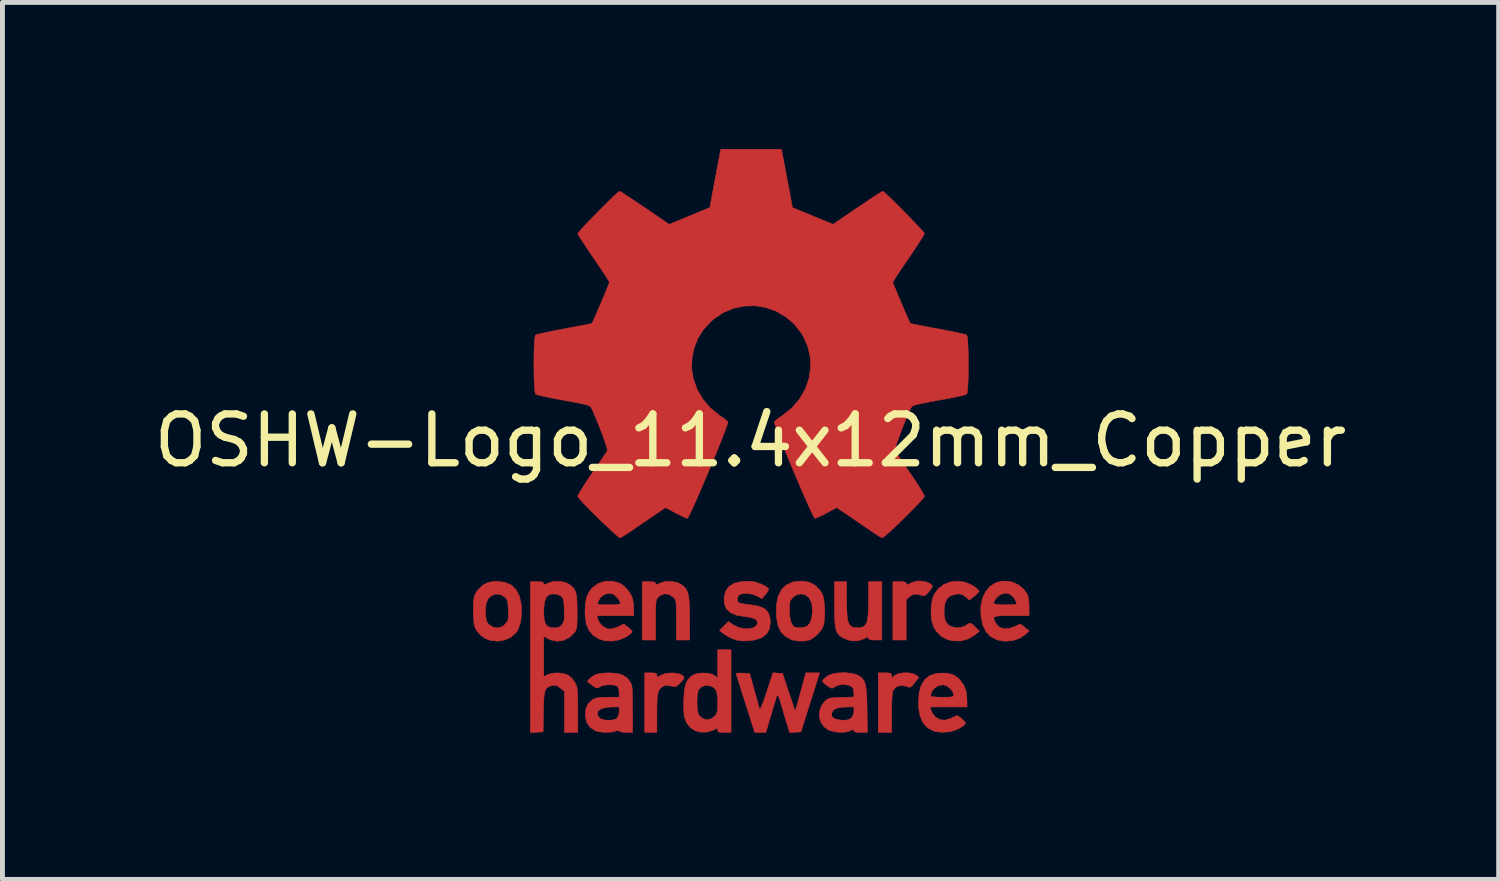
<source format=kicad_pcb>
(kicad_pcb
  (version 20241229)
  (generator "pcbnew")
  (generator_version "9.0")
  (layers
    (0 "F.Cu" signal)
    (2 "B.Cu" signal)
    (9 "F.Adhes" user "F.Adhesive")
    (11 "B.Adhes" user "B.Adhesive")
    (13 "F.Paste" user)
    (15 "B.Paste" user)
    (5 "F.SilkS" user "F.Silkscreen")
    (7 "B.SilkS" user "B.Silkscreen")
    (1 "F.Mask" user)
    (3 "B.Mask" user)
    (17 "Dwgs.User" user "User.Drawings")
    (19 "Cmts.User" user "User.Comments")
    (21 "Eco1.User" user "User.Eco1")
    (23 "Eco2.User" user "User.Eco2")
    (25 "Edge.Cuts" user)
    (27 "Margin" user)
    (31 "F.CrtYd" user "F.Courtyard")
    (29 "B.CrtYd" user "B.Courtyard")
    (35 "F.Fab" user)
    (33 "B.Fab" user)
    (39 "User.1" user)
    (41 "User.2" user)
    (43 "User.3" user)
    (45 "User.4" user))
  (footprint "OSHW-Logo_11.4x12mm_Copper"
    (layer "F.Cu")
    (at 12.315 5.969)
    (property "Reference" "OSHW-Logo_11.4x12mm_Copper" (at 0 0 0) (layer "F.SilkS") (effects (font (size 1 1) (thickness 0.15))))
    (attr exclude_from_pos_files exclude_from_bom)
    (fp_poly (pts (xy 3.564 2.887) (xy 3.649 2.914) (xy 3.704 2.947) (xy 3.722 2.973) (xy 3.717 3.004) (xy 3.685 3.053) (xy 3.658 3.087) (xy 3.602 3.149) (xy 3.56 3.176) (xy 3.524 3.174) (xy 3.418 3.147) (xy 3.34 3.148) (xy 3.277 3.179) (xy 3.256 3.197) (xy 3.187 3.26) (xy 3.187 4.084) (xy 2.914 4.084) (xy 2.914 2.889) (xy 3.05 2.889) (xy 3.133 2.892) (xy 3.175 2.903) (xy 3.187 2.926) (xy 3.187 2.927) (xy 3.193 2.95) (xy 3.22 2.947) (xy 3.256 2.93) (xy 3.331 2.898) (xy 3.392 2.879) (xy 3.471 2.874) (xy 3.564 2.887)) (stroke (width 0.01) (type solid)) (fill yes) (layer "F.Cu"))
    (fp_poly (pts (xy 3.238 4.756) (xy 3.334 4.775) (xy 3.389 4.803) (xy 3.446 4.849) (xy 3.364 4.952) (xy 3.314 5.014) (xy 3.28 5.045) (xy 3.246 5.05) (xy 3.196 5.035) (xy 3.173 5.026) (xy 3.078 5.014) (xy 2.991 5.04) (xy 2.927 5.101) (xy 2.917 5.12) (xy 2.905 5.171) (xy 2.897 5.266) (xy 2.891 5.396) (xy 2.889 5.556) (xy 2.889 5.579) (xy 2.889 5.976) (xy 2.615 5.976) (xy 2.615 4.756) (xy 2.752 4.756) (xy 2.831 4.758) (xy 2.872 4.768) (xy 2.887 4.788) (xy 2.889 4.808) (xy 2.889 4.859) (xy 2.954 4.808) (xy 3.029 4.773) (xy 3.131 4.755) (xy 3.238 4.756)) (stroke (width 0.01) (type solid)) (fill yes) (layer "F.Cu"))
    (fp_poly (pts (xy -1.967 4.759) (xy -1.93 4.77) (xy -1.918 4.795) (xy -1.917 4.806) (xy -1.915 4.837) (xy -1.9 4.841) (xy -1.86 4.82) (xy -1.837 4.806) (xy -1.761 4.775) (xy -1.672 4.76) (xy -1.577 4.758) (xy -1.489 4.77) (xy -1.417 4.792) (xy -1.372 4.824) (xy -1.363 4.865) (xy -1.367 4.875) (xy -1.4 4.921) (xy -1.452 4.976) (xy -1.461 4.985) (xy -1.51 5.026) (xy -1.552 5.04) (xy -1.611 5.03) (xy -1.635 5.024) (xy -1.708 5.009) (xy -1.76 5.016) (xy -1.804 5.039) (xy -1.844 5.071) (xy -1.874 5.111) (xy -1.894 5.166) (xy -1.907 5.245) (xy -1.914 5.355) (xy -1.917 5.503) (xy -1.917 5.592) (xy -1.917 5.976) (xy -2.166 5.976) (xy -2.166 4.756) (xy -2.042 4.756) (xy -1.967 4.759)) (stroke (width 0.01) (type solid)) (fill yes) (layer "F.Cu"))
    (fp_poly (pts (xy 1.967 3.276) (xy 1.97 3.459) (xy 1.978 3.598) (xy 1.995 3.698) (xy 2.023 3.766) (xy 2.065 3.808) (xy 2.121 3.828) (xy 2.191 3.833) (xy 2.265 3.827) (xy 2.321 3.806) (xy 2.361 3.763) (xy 2.389 3.694) (xy 2.405 3.591) (xy 2.413 3.451) (xy 2.415 3.276) (xy 2.415 2.889) (xy 2.689 2.889) (xy 2.689 4.084) (xy 2.552 4.084) (xy 2.47 4.081) (xy 2.427 4.069) (xy 2.415 4.047) (xy 2.408 4.027) (xy 2.38 4.031) (xy 2.322 4.059) (xy 2.191 4.102) (xy 2.051 4.099) (xy 1.918 4.052) (xy 1.854 4.015) (xy 1.806 3.975) (xy 1.77 3.924) (xy 1.746 3.857) (xy 1.73 3.765) (xy 1.722 3.642) (xy 1.719 3.481) (xy 1.718 3.356) (xy 1.718 2.889) (xy 1.967 2.889) (xy 1.967 3.276)) (stroke (width 0.01) (type solid)) (fill yes) (layer "F.Cu"))
    (fp_poly (pts (xy -1.493 2.909) (xy -1.431 2.939) (xy -1.371 2.982) (xy -1.326 3.031) (xy -1.292 3.094) (xy -1.269 3.177) (xy -1.255 3.288) (xy -1.248 3.434) (xy -1.246 3.622) (xy -1.246 3.642) (xy -1.245 4.084) (xy -1.519 4.084) (xy -1.519 3.676) (xy -1.519 3.525) (xy -1.521 3.416) (xy -1.524 3.34) (xy -1.531 3.289) (xy -1.543 3.255) (xy -1.56 3.229) (xy -1.585 3.203) (xy -1.67 3.149) (xy -1.762 3.138) (xy -1.851 3.173) (xy -1.881 3.199) (xy -1.904 3.223) (xy -1.92 3.249) (xy -1.931 3.285) (xy -1.937 3.339) (xy -1.941 3.418) (xy -1.942 3.533) (xy -1.942 3.672) (xy -1.942 4.084) (xy -2.216 4.084) (xy -2.216 2.889) (xy -2.079 2.889) (xy -1.997 2.892) (xy -1.955 2.903) (xy -1.942 2.926) (xy -1.942 2.927) (xy -1.937 2.949) (xy -1.911 2.946) (xy -1.861 2.922) (xy -1.748 2.886) (xy -1.618 2.882) (xy -1.493 2.909)) (stroke (width 0.01) (type solid)) (fill yes) (layer "F.Cu"))
    (fp_poly (pts (xy 4.391 2.899) (xy 4.535 2.96) (xy 4.581 2.99) (xy 4.639 3.036) (xy 4.675 3.072) (xy 4.682 3.084) (xy 4.664 3.11) (xy 4.618 3.154) (xy 4.581 3.185) (xy 4.481 3.266) (xy 4.402 3.199) (xy 4.341 3.156) (xy 4.281 3.141) (xy 4.213 3.145) (xy 4.104 3.172) (xy 4.03 3.228) (xy 3.985 3.318) (xy 3.964 3.448) (xy 3.964 3.449) (xy 3.966 3.594) (xy 3.993 3.701) (xy 4.049 3.774) (xy 4.086 3.799) (xy 4.186 3.829) (xy 4.293 3.829) (xy 4.386 3.8) (xy 4.408 3.785) (xy 4.463 3.748) (xy 4.506 3.742) (xy 4.552 3.769) (xy 4.604 3.819) (xy 4.685 3.903) (xy 4.595 3.978) (xy 4.455 4.062) (xy 4.298 4.103) (xy 4.134 4.1) (xy 4.026 4.072) (xy 3.899 4.005) (xy 3.798 3.898) (xy 3.753 3.822) (xy 3.715 3.714) (xy 3.697 3.577) (xy 3.697 3.429) (xy 3.715 3.286) (xy 3.751 3.167) (xy 3.757 3.155) (xy 3.842 3.035) (xy 3.957 2.947) (xy 4.093 2.894) (xy 4.24 2.878) (xy 4.391 2.899)) (stroke (width 0.01) (type solid)) (fill yes) (layer "F.Cu"))
    (fp_poly (pts (xy 1.21 2.903) (xy 1.336 2.972) (xy 1.434 3.08) (xy 1.48 3.168) (xy 1.5 3.246) (xy 1.513 3.357) (xy 1.519 3.485) (xy 1.517 3.613) (xy 1.506 3.726) (xy 1.494 3.786) (xy 1.454 3.868) (xy 1.383 3.956) (xy 1.298 4.032) (xy 1.214 4.082) (xy 1.212 4.082) (xy 1.108 4.104) (xy 0.985 4.105) (xy 0.867 4.085) (xy 0.822 4.069) (xy 0.705 4.003) (xy 0.622 3.916) (xy 0.567 3.801) (xy 0.536 3.651) (xy 0.529 3.572) (xy 0.53 3.473) (xy 0.797 3.473) (xy 0.806 3.618) (xy 0.832 3.728) (xy 0.873 3.798) (xy 0.902 3.818) (xy 0.977 3.832) (xy 1.066 3.828) (xy 1.144 3.808) (xy 1.164 3.797) (xy 1.217 3.732) (xy 1.252 3.633) (xy 1.267 3.513) (xy 1.26 3.383) (xy 1.244 3.306) (xy 1.197 3.216) (xy 1.123 3.16) (xy 1.033 3.14) (xy 0.941 3.16) (xy 0.87 3.21) (xy 0.832 3.252) (xy 0.811 3.292) (xy 0.8 3.347) (xy 0.797 3.432) (xy 0.797 3.473) (xy 0.53 3.473) (xy 0.531 3.362) (xy 0.565 3.189) (xy 0.632 3.055) (xy 0.731 2.958) (xy 0.862 2.899) (xy 0.89 2.892) (xy 1.06 2.876) (xy 1.21 2.903)) (stroke (width 0.01) (type solid)) (fill yes) (layer "F.Cu"))
    (fp_poly (pts (xy 0.558 4.761) (xy 0.656 4.769) (xy 0.785 5.155) (xy 0.914 5.541) (xy 0.954 5.404) (xy 0.978 5.319) (xy 1.01 5.205) (xy 1.045 5.079) (xy 1.063 5.012) (xy 1.132 4.756) (xy 1.415 4.756) (xy 1.33 5.024) (xy 1.288 5.156) (xy 1.238 5.314) (xy 1.185 5.48) (xy 1.139 5.628) (xy 1.032 5.964) (xy 0.801 5.979) (xy 0.738 5.772) (xy 0.699 5.644) (xy 0.657 5.502) (xy 0.62 5.377) (xy 0.619 5.372) (xy 0.592 5.288) (xy 0.567 5.23) (xy 0.55 5.208) (xy 0.547 5.21) (xy 0.534 5.244) (xy 0.511 5.317) (xy 0.48 5.419) (xy 0.443 5.542) (xy 0.423 5.609) (xy 0.315 5.976) (xy 0.086 5.976) (xy -0.098 5.397) (xy -0.149 5.235) (xy -0.196 5.088) (xy -0.236 4.962) (xy -0.267 4.865) (xy -0.287 4.804) (xy -0.293 4.786) (xy -0.288 4.768) (xy -0.251 4.76) (xy -0.173 4.761) (xy -0.16 4.761) (xy -0.016 4.769) (xy 0.079 5.117) (xy 0.114 5.244) (xy 0.145 5.356) (xy 0.17 5.443) (xy 0.185 5.495) (xy 0.188 5.503) (xy 0.2 5.494) (xy 0.224 5.443) (xy 0.257 5.359) (xy 0.297 5.248) (xy 0.331 5.147) (xy 0.459 4.754) (xy 0.558 4.761)) (stroke (width 0.01) (type solid)) (fill yes) (layer "F.Cu"))
    (fp_poly (pts (xy -5.027 2.902) (xy -4.896 2.959) (xy -4.798 3.055) (xy -4.73 3.19) (xy -4.693 3.364) (xy -4.691 3.391) (xy -4.689 3.582) (xy -4.715 3.75) (xy -4.769 3.886) (xy -4.798 3.93) (xy -4.898 4.022) (xy -5.025 4.082) (xy -5.168 4.107) (xy -5.314 4.094) (xy -5.424 4.055) (xy -5.52 3.99) (xy -5.597 3.904) (xy -5.599 3.902) (xy -5.63 3.849) (xy -5.651 3.795) (xy -5.663 3.728) (xy -5.671 3.633) (xy -5.674 3.555) (xy -5.675 3.484) (xy -5.426 3.484) (xy -5.424 3.554) (xy -5.415 3.648) (xy -5.399 3.708) (xy -5.371 3.751) (xy -5.345 3.776) (xy -5.252 3.828) (xy -5.154 3.835) (xy -5.063 3.798) (xy -5.018 3.755) (xy -4.985 3.713) (xy -4.966 3.672) (xy -4.957 3.619) (xy -4.957 3.54) (xy -4.959 3.467) (xy -4.965 3.363) (xy -4.974 3.295) (xy -4.99 3.251) (xy -5.017 3.217) (xy -5.038 3.198) (xy -5.127 3.147) (xy -5.223 3.145) (xy -5.303 3.175) (xy -5.372 3.237) (xy -5.413 3.34) (xy -5.426 3.484) (xy -5.675 3.484) (xy -5.677 3.4) (xy -5.672 3.284) (xy -5.657 3.196) (xy -5.63 3.128) (xy -5.588 3.067) (xy -5.573 3.049) (xy -5.478 2.959) (xy -5.375 2.906) (xy -5.25 2.884) (xy -5.189 2.882) (xy -5.027 2.902)) (stroke (width 0.01) (type solid)) (fill yes) (layer "F.Cu"))
    (fp_poly (pts (xy -0.398 5.976) (xy -0.535 5.976) (xy -0.615 5.974) (xy -0.656 5.964) (xy -0.671 5.944) (xy -0.672 5.929) (xy -0.675 5.901) (xy -0.691 5.895) (xy -0.732 5.913) (xy -0.765 5.929) (xy -0.889 5.968) (xy -1.024 5.97) (xy -1.134 5.941) (xy -1.237 5.872) (xy -1.315 5.769) (xy -1.357 5.647) (xy -1.358 5.64) (xy -1.365 5.566) (xy -1.368 5.46) (xy -1.368 5.379) (xy -1.096 5.379) (xy -1.089 5.486) (xy -1.075 5.574) (xy -1.056 5.624) (xy -0.982 5.692) (xy -0.895 5.717) (xy -0.805 5.697) (xy -0.728 5.638) (xy -0.699 5.598) (xy -0.682 5.551) (xy -0.674 5.482) (xy -0.672 5.379) (xy -0.676 5.276) (xy -0.685 5.186) (xy -0.698 5.126) (xy -0.7 5.12) (xy -0.754 5.056) (xy -0.831 5.021) (xy -0.918 5.015) (xy -0.998 5.039) (xy -1.058 5.095) (xy -1.064 5.106) (xy -1.083 5.173) (xy -1.094 5.269) (xy -1.096 5.379) (xy -1.368 5.379) (xy -1.368 5.338) (xy -1.366 5.273) (xy -1.354 5.111) (xy -1.328 4.99) (xy -1.286 4.9) (xy -1.224 4.834) (xy -1.163 4.795) (xy -1.078 4.767) (xy -0.972 4.758) (xy -0.864 4.765) (xy -0.772 4.789) (xy -0.723 4.818) (xy -0.672 4.864) (xy -0.672 4.283) (xy -0.398 4.283) (xy -0.398 5.976)) (stroke (width 0.01) (type solid)) (fill yes) (layer "F.Cu"))
    (fp_poly (pts (xy 5.303 2.884) (xy 5.367 2.9) (xy 5.489 2.957) (xy 5.594 3.043) (xy 5.666 3.147) (xy 5.676 3.17) (xy 5.69 3.231) (xy 5.699 3.322) (xy 5.703 3.413) (xy 5.703 3.586) (xy 5.341 3.586) (xy 5.193 3.586) (xy 5.088 3.59) (xy 5.021 3.599) (xy 4.987 3.616) (xy 4.979 3.643) (xy 4.992 3.684) (xy 5.016 3.732) (xy 5.082 3.811) (xy 5.174 3.851) (xy 5.286 3.85) (xy 5.412 3.807) (xy 5.522 3.753) (xy 5.613 3.825) (xy 5.704 3.897) (xy 5.619 3.976) (xy 5.504 4.051) (xy 5.364 4.096) (xy 5.212 4.109) (xy 5.066 4.086) (xy 5.043 4.078) (xy 4.914 4.011) (xy 4.819 3.911) (xy 4.754 3.775) (xy 4.718 3.6) (xy 4.718 3.597) (xy 4.714 3.406) (xy 4.727 3.338) (xy 4.98 3.338) (xy 5.004 3.348) (xy 5.067 3.357) (xy 5.16 3.361) (xy 5.219 3.362) (xy 5.329 3.361) (xy 5.397 3.359) (xy 5.433 3.351) (xy 5.446 3.337) (xy 5.443 3.315) (xy 5.44 3.306) (xy 5.395 3.223) (xy 5.325 3.156) (xy 5.263 3.127) (xy 5.181 3.128) (xy 5.098 3.165) (xy 5.028 3.226) (xy 4.986 3.299) (xy 4.98 3.338) (xy 4.727 3.338) (xy 4.746 3.238) (xy 4.81 3.098) (xy 4.901 2.988) (xy 5.016 2.913) (xy 5.151 2.877) (xy 5.303 2.884)) (stroke (width 0.01) (type solid)) (fill yes) (layer "F.Cu"))
    (fp_poly (pts (xy 0.028 2.884) (xy 0.122 2.902) (xy 0.22 2.94) (xy 0.23 2.944) (xy 0.305 2.983) (xy 0.356 3.02) (xy 0.373 3.043) (xy 0.357 3.081) (xy 0.318 3.137) (xy 0.301 3.158) (xy 0.231 3.24) (xy 0.14 3.186) (xy 0.054 3.151) (xy -0.045 3.132) (xy -0.141 3.13) (xy -0.215 3.148) (xy -0.233 3.159) (xy -0.266 3.211) (xy -0.271 3.27) (xy -0.245 3.316) (xy -0.23 3.324) (xy -0.186 3.336) (xy -0.107 3.349) (xy -0.01 3.361) (xy 0.008 3.363) (xy 0.164 3.39) (xy 0.278 3.436) (xy 0.353 3.505) (xy 0.394 3.601) (xy 0.407 3.719) (xy 0.389 3.852) (xy 0.331 3.957) (xy 0.232 4.034) (xy 0.093 4.082) (xy -0.062 4.101) (xy -0.189 4.101) (xy -0.291 4.083) (xy -0.361 4.059) (xy -0.45 4.018) (xy -0.531 3.97) (xy -0.56 3.949) (xy -0.635 3.888) (xy -0.545 3.797) (xy -0.455 3.705) (xy -0.352 3.773) (xy -0.25 3.824) (xy -0.14 3.851) (xy -0.034 3.853) (xy 0.056 3.833) (xy 0.119 3.789) (xy 0.139 3.753) (xy 0.136 3.694) (xy 0.085 3.649) (xy -0.013 3.618) (xy -0.121 3.604) (xy -0.287 3.576) (xy -0.41 3.525) (xy -0.492 3.447) (xy -0.535 3.343) (xy -0.541 3.218) (xy -0.512 3.089) (xy -0.445 2.991) (xy -0.34 2.924) (xy -0.196 2.888) (xy -0.089 2.881) (xy 0.028 2.884)) (stroke (width 0.01) (type solid)) (fill yes) (layer "F.Cu"))
    (fp_poly (pts (xy 4.025 4.763) (xy 4.144 4.794) (xy 4.244 4.858) (xy 4.292 4.905) (xy 4.371 5.018) (xy 4.417 5.149) (xy 4.432 5.31) (xy 4.432 5.323) (xy 4.433 5.454) (xy 3.68 5.454) (xy 3.696 5.522) (xy 3.725 5.584) (xy 3.776 5.649) (xy 3.786 5.659) (xy 3.877 5.715) (xy 3.981 5.724) (xy 4.101 5.688) (xy 4.121 5.678) (xy 4.183 5.648) (xy 4.225 5.63) (xy 4.232 5.629) (xy 4.258 5.644) (xy 4.306 5.682) (xy 4.331 5.702) (xy 4.382 5.75) (xy 4.398 5.781) (xy 4.387 5.81) (xy 4.38 5.817) (xy 4.338 5.852) (xy 4.269 5.894) (xy 4.221 5.918) (xy 4.084 5.961) (xy 3.932 5.975) (xy 3.788 5.958) (xy 3.748 5.946) (xy 3.623 5.88) (xy 3.531 5.777) (xy 3.47 5.637) (xy 3.44 5.459) (xy 3.437 5.366) (xy 3.447 5.231) (xy 3.685 5.231) (xy 3.709 5.241) (xy 3.771 5.249) (xy 3.861 5.254) (xy 3.922 5.254) (xy 4.032 5.254) (xy 4.101 5.25) (xy 4.14 5.242) (xy 4.156 5.227) (xy 4.159 5.205) (xy 4.137 5.138) (xy 4.084 5.072) (xy 4.013 5.021) (xy 3.942 5) (xy 3.846 5.018) (xy 3.763 5.072) (xy 3.705 5.149) (xy 3.685 5.231) (xy 3.447 5.231) (xy 3.451 5.169) (xy 3.494 5.012) (xy 3.566 4.894) (xy 3.668 4.813) (xy 3.802 4.769) (xy 3.875 4.761) (xy 4.025 4.763)) (stroke (width 0.01) (type solid)) (fill yes) (layer "F.Cu"))
    (fp_poly (pts (xy -2.687 2.916) (xy -2.662 2.928) (xy -2.576 2.991) (xy -2.495 3.083) (xy -2.434 3.184) (xy -2.417 3.23) (xy -2.401 3.313) (xy -2.392 3.414) (xy -2.391 3.455) (xy -2.391 3.586) (xy -3.143 3.586) (xy -3.127 3.654) (xy -3.088 3.735) (xy -3.019 3.805) (xy -2.937 3.85) (xy -2.885 3.86) (xy -2.814 3.848) (xy -2.73 3.82) (xy -2.701 3.807) (xy -2.595 3.754) (xy -2.504 3.823) (xy -2.452 3.87) (xy -2.424 3.908) (xy -2.423 3.919) (xy -2.448 3.947) (xy -2.502 3.989) (xy -2.551 4.021) (xy -2.685 4.079) (xy -2.834 4.106) (xy -2.982 4.099) (xy -3.1 4.063) (xy -3.222 3.986) (xy -3.308 3.885) (xy -3.363 3.754) (xy -3.387 3.587) (xy -3.389 3.511) (xy -3.381 3.337) (xy -3.38 3.332) (xy -3.13 3.332) (xy -3.123 3.348) (xy -3.095 3.357) (xy -3.037 3.361) (xy -2.94 3.362) (xy -2.903 3.362) (xy -2.789 3.36) (xy -2.717 3.356) (xy -2.679 3.346) (xy -2.665 3.33) (xy -2.665 3.325) (xy -2.68 3.284) (xy -2.719 3.228) (xy -2.736 3.208) (xy -2.798 3.152) (xy -2.864 3.13) (xy -2.899 3.128) (xy -2.993 3.151) (xy -3.073 3.213) (xy -3.123 3.303) (xy -3.124 3.306) (xy -3.13 3.332) (xy -3.38 3.332) (xy -3.352 3.199) (xy -3.299 3.089) (xy -3.236 3.011) (xy -3.118 2.927) (xy -2.979 2.882) (xy -2.831 2.878) (xy -2.687 2.916)) (stroke (width 0.01) (type solid)) (fill yes) (layer "F.Cu"))
    (fp_poly (pts (xy 2.056 4.764) (xy 2.161 4.789) (xy 2.192 4.803) (xy 2.251 4.838) (xy 2.296 4.878) (xy 2.329 4.929) (xy 2.353 4.999) (xy 2.368 5.093) (xy 2.378 5.22) (xy 2.384 5.386) (xy 2.386 5.497) (xy 2.394 5.976) (xy 2.256 5.976) (xy 2.171 5.973) (xy 2.128 5.961) (xy 2.117 5.941) (xy 2.111 5.919) (xy 2.084 5.923) (xy 2.048 5.94) (xy 1.958 5.967) (xy 1.842 5.975) (xy 1.72 5.963) (xy 1.611 5.932) (xy 1.602 5.928) (xy 1.503 5.859) (xy 1.437 5.762) (xy 1.407 5.649) (xy 1.41 5.608) (xy 1.655 5.608) (xy 1.676 5.663) (xy 1.74 5.702) (xy 1.844 5.723) (xy 1.899 5.726) (xy 1.991 5.719) (xy 2.052 5.691) (xy 2.067 5.678) (xy 2.107 5.606) (xy 2.117 5.541) (xy 2.117 5.454) (xy 1.995 5.454) (xy 1.854 5.461) (xy 1.755 5.483) (xy 1.693 5.523) (xy 1.679 5.541) (xy 1.655 5.608) (xy 1.41 5.608) (xy 1.414 5.53) (xy 1.459 5.417) (xy 1.52 5.34) (xy 1.557 5.307) (xy 1.594 5.285) (xy 1.641 5.272) (xy 1.711 5.265) (xy 1.815 5.26) (xy 1.857 5.258) (xy 2.117 5.25) (xy 2.116 5.171) (xy 2.106 5.088) (xy 2.07 5.038) (xy 1.996 5.006) (xy 1.994 5.006) (xy 1.89 4.993) (xy 1.788 5.01) (xy 1.712 5.05) (xy 1.682 5.069) (xy 1.649 5.067) (xy 1.599 5.038) (xy 1.569 5.018) (xy 1.511 4.975) (xy 1.475 4.943) (xy 1.47 4.933) (xy 1.493 4.886) (xy 1.563 4.829) (xy 1.594 4.809) (xy 1.681 4.776) (xy 1.799 4.757) (xy 1.93 4.753) (xy 2.056 4.764)) (stroke (width 0.01) (type solid)) (fill yes) (layer "F.Cu"))
    (fp_poly (pts (xy -2.741 4.766) (xy -2.624 4.797) (xy -2.535 4.854) (xy -2.472 4.928) (xy -2.452 4.96) (xy -2.438 4.993) (xy -2.428 5.035) (xy -2.421 5.095) (xy -2.418 5.179) (xy -2.416 5.296) (xy -2.416 5.453) (xy -2.415 5.495) (xy -2.415 5.976) (xy -2.535 5.976) (xy -2.611 5.971) (xy -2.668 5.958) (xy -2.682 5.949) (xy -2.72 5.935) (xy -2.76 5.949) (xy -2.825 5.967) (xy -2.919 5.974) (xy -3.024 5.971) (xy -3.119 5.958) (xy -3.175 5.941) (xy -3.283 5.872) (xy -3.35 5.776) (xy -3.381 5.648) (xy -3.381 5.645) (xy -3.378 5.588) (xy -3.138 5.588) (xy -3.117 5.652) (xy -3.082 5.689) (xy -3.013 5.716) (xy -2.923 5.727) (xy -2.83 5.722) (xy -2.756 5.7) (xy -2.735 5.686) (xy -2.699 5.622) (xy -2.689 5.549) (xy -2.689 5.454) (xy -2.827 5.454) (xy -2.958 5.464) (xy -3.057 5.492) (xy -3.119 5.537) (xy -3.138 5.588) (xy -3.378 5.588) (xy -3.375 5.505) (xy -3.328 5.394) (xy -3.242 5.311) (xy -3.23 5.303) (xy -3.178 5.278) (xy -3.115 5.263) (xy -3.026 5.256) (xy -2.92 5.254) (xy -2.689 5.254) (xy -2.689 5.158) (xy -2.699 5.083) (xy -2.724 5.033) (xy -2.727 5.03) (xy -2.783 5.008) (xy -2.866 5) (xy -2.959 5.004) (xy -3.041 5.02) (xy -3.089 5.044) (xy -3.116 5.063) (xy -3.143 5.067) (xy -3.182 5.051) (xy -3.24 5.012) (xy -3.327 4.945) (xy -3.335 4.939) (xy -3.331 4.916) (xy -3.296 4.877) (xy -3.245 4.835) (xy -3.188 4.799) (xy -3.17 4.79) (xy -3.104 4.773) (xy -3.008 4.761) (xy -2.901 4.756) (xy -2.896 4.756) (xy -2.741 4.766)) (stroke (width 0.01) (type solid)) (fill yes) (layer "F.Cu"))
    (fp_poly (pts (xy -3.78 2.91) (xy -3.728 2.935) (xy -3.663 2.981) (xy -3.616 3.03) (xy -3.583 3.092) (xy -3.563 3.175) (xy -3.553 3.288) (xy -3.549 3.438) (xy -3.549 3.503) (xy -3.549 3.645) (xy -3.552 3.747) (xy -3.558 3.817) (xy -3.568 3.865) (xy -3.584 3.901) (xy -3.6 3.925) (xy -3.704 4.028) (xy -3.826 4.09) (xy -3.958 4.109) (xy -4.091 4.082) (xy -4.133 4.062) (xy -4.233 4.01) (xy -4.233 4.832) (xy -4.16 4.794) (xy -4.063 4.765) (xy -3.944 4.757) (xy -3.825 4.771) (xy -3.736 4.802) (xy -3.661 4.862) (xy -3.598 4.947) (xy -3.593 4.956) (xy -3.573 4.997) (xy -3.558 5.038) (xy -3.548 5.089) (xy -3.541 5.156) (xy -3.538 5.249) (xy -3.536 5.377) (xy -3.536 5.52) (xy -3.536 5.976) (xy -3.81 5.976) (xy -3.81 5.134) (xy -3.887 5.07) (xy -3.966 5.018) (xy -4.042 5.009) (xy -4.117 5.033) (xy -4.158 5.057) (xy -4.188 5.09) (xy -4.209 5.141) (xy -4.224 5.216) (xy -4.233 5.323) (xy -4.238 5.469) (xy -4.24 5.566) (xy -4.246 5.964) (xy -4.377 5.972) (xy -4.507 5.979) (xy -4.507 3.507) (xy -4.233 3.507) (xy -4.226 3.644) (xy -4.203 3.74) (xy -4.159 3.8) (xy -4.091 3.829) (xy -4.022 3.835) (xy -3.944 3.828) (xy -3.892 3.802) (xy -3.859 3.766) (xy -3.834 3.729) (xy -3.819 3.687) (xy -3.812 3.628) (xy -3.812 3.539) (xy -3.814 3.465) (xy -3.819 3.354) (xy -3.827 3.281) (xy -3.84 3.234) (xy -3.861 3.203) (xy -3.881 3.185) (xy -3.965 3.146) (xy -4.063 3.14) (xy -4.12 3.153) (xy -4.176 3.201) (xy -4.214 3.295) (xy -4.232 3.433) (xy -4.233 3.507) (xy -4.507 3.507) (xy -4.507 2.889) (xy -4.37 2.889) (xy -4.288 2.892) (xy -4.246 2.903) (xy -4.233 2.926) (xy -4.233 2.927) (xy -4.228 2.949) (xy -4.202 2.946) (xy -4.152 2.922) (xy -4.036 2.885) (xy -3.905 2.881) (xy -3.78 2.91)) (stroke (width 0.01) (type solid)) (fill yes) (layer "F.Cu"))
    (fp_poly (pts (xy 0.747 -5.367) (xy 0.859 -4.77) (xy 1.275 -4.598) (xy 1.69 -4.427) (xy 2.188 -4.766) (xy 2.328 -4.86) (xy 2.454 -4.945) (xy 2.561 -5.015) (xy 2.643 -5.067) (xy 2.693 -5.098) (xy 2.707 -5.105) (xy 2.732 -5.088) (xy 2.785 -5.041) (xy 2.86 -4.969) (xy 2.952 -4.88) (xy 3.054 -4.778) (xy 3.161 -4.67) (xy 3.266 -4.563) (xy 3.363 -4.461) (xy 3.447 -4.372) (xy 3.512 -4.301) (xy 3.552 -4.253) (xy 3.561 -4.238) (xy 3.547 -4.209) (xy 3.509 -4.145) (xy 3.451 -4.053) (xy 3.376 -3.939) (xy 3.288 -3.809) (xy 3.237 -3.734) (xy 3.145 -3.599) (xy 3.063 -3.477) (xy 2.995 -3.374) (xy 2.945 -3.296) (xy 2.918 -3.25) (xy 2.914 -3.24) (xy 2.923 -3.213) (xy 2.948 -3.149) (xy 2.986 -3.057) (xy 3.032 -2.946) (xy 3.083 -2.826) (xy 3.134 -2.706) (xy 3.182 -2.594) (xy 3.224 -2.5) (xy 3.254 -2.432) (xy 3.271 -2.399) (xy 3.272 -2.398) (xy 3.297 -2.392) (xy 3.364 -2.378) (xy 3.466 -2.358) (xy 3.597 -2.333) (xy 3.748 -2.304) (xy 3.837 -2.288) (xy 3.998 -2.257) (xy 4.145 -2.228) (xy 4.268 -2.201) (xy 4.36 -2.18) (xy 4.415 -2.165) (xy 4.426 -2.16) (xy 4.437 -2.127) (xy 4.446 -2.053) (xy 4.452 -1.947) (xy 4.457 -1.817) (xy 4.46 -1.671) (xy 4.46 -1.519) (xy 4.458 -1.369) (xy 4.455 -1.23) (xy 4.449 -1.11) (xy 4.441 -1.018) (xy 4.431 -0.962) (xy 4.425 -0.951) (xy 4.39 -0.937) (xy 4.316 -0.917) (xy 4.212 -0.894) (xy 4.089 -0.869) (xy 4.046 -0.861) (xy 3.838 -0.823) (xy 3.674 -0.792) (xy 3.548 -0.768) (xy 3.455 -0.748) (xy 3.389 -0.733) (xy 3.346 -0.719) (xy 3.318 -0.707) (xy 3.302 -0.696) (xy 3.3 -0.693) (xy 3.278 -0.656) (xy 3.243 -0.583) (xy 3.2 -0.483) (xy 3.153 -0.366) (xy 3.103 -0.241) (xy 3.056 -0.115) (xy 3.014 0.001) (xy 2.981 0.099) (xy 2.96 0.171) (xy 2.954 0.206) (xy 2.954 0.207) (xy 2.973 0.236) (xy 3.016 0.299) (xy 3.078 0.39) (xy 3.154 0.502) (xy 3.241 0.629) (xy 3.266 0.665) (xy 3.355 0.796) (xy 3.433 0.915) (xy 3.496 1.016) (xy 3.539 1.092) (xy 3.56 1.136) (xy 3.561 1.142) (xy 3.544 1.17) (xy 3.496 1.226) (xy 3.424 1.304) (xy 3.334 1.397) (xy 3.232 1.501) (xy 3.124 1.608) (xy 3.016 1.712) (xy 2.914 1.809) (xy 2.825 1.89) (xy 2.755 1.952) (xy 2.709 1.986) (xy 2.696 1.992) (xy 2.667 1.979) (xy 2.607 1.943) (xy 2.526 1.89) (xy 2.463 1.847) (xy 2.35 1.769) (xy 2.216 1.678) (xy 2.081 1.586) (xy 2.009 1.537) (xy 1.764 1.372) (xy 1.559 1.483) (xy 1.465 1.531) (xy 1.385 1.569) (xy 1.331 1.591) (xy 1.318 1.594) (xy 1.301 1.572) (xy 1.269 1.509) (xy 1.223 1.412) (xy 1.165 1.285) (xy 1.099 1.136) (xy 1.027 0.969) (xy 0.951 0.791) (xy 0.873 0.607) (xy 0.796 0.422) (xy 0.723 0.244) (xy 0.655 0.077) (xy 0.596 -0.072) (xy 0.547 -0.199) (xy 0.511 -0.297) (xy 0.491 -0.36) (xy 0.488 -0.381) (xy 0.513 -0.409) (xy 0.57 -0.454) (xy 0.644 -0.506) (xy 0.651 -0.51) (xy 0.844 -0.665) (xy 1 -0.846) (xy 1.117 -1.046) (xy 1.194 -1.261) (xy 1.229 -1.484) (xy 1.222 -1.71) (xy 1.17 -1.933) (xy 1.073 -2.147) (xy 1.044 -2.194) (xy 0.896 -2.383) (xy 0.72 -2.534) (xy 0.524 -2.648) (xy 0.313 -2.723) (xy 0.093 -2.759) (xy -0.13 -2.753) (xy -0.349 -2.707) (xy -0.559 -2.619) (xy -0.753 -2.488) (xy -0.813 -2.435) (xy -0.966 -2.269) (xy -1.077 -2.093) (xy -1.153 -1.897) (xy -1.196 -1.703) (xy -1.206 -1.484) (xy -1.171 -1.264) (xy -1.094 -1.051) (xy -0.979 -0.851) (xy -0.829 -0.673) (xy -0.647 -0.523) (xy -0.623 -0.507) (xy -0.548 -0.456) (xy -0.49 -0.411) (xy -0.463 -0.382) (xy -0.462 -0.381) (xy -0.468 -0.35) (xy -0.492 -0.28) (xy -0.53 -0.176) (xy -0.581 -0.045) (xy -0.642 0.109) (xy -0.711 0.278) (xy -0.786 0.458) (xy -0.863 0.643) (xy -0.941 0.826) (xy -1.016 1.003) (xy -1.088 1.167) (xy -1.152 1.312) (xy -1.208 1.433) (xy -1.251 1.524) (xy -1.281 1.579) (xy -1.293 1.594) (xy -1.329 1.582) (xy -1.397 1.552) (xy -1.485 1.508) (xy -1.534 1.483) (xy -1.739 1.372) (xy -1.984 1.537) (xy -2.109 1.622) (xy -2.246 1.715) (xy -2.374 1.803) (xy -2.438 1.847) (xy -2.528 1.908) (xy -2.605 1.956) (xy -2.658 1.986) (xy -2.675 1.992) (xy -2.7 1.975) (xy -2.755 1.928) (xy -2.835 1.856) (xy -2.934 1.764) (xy -3.048 1.656) (xy -3.12 1.587) (xy -3.245 1.464) (xy -3.354 1.353) (xy -3.441 1.26) (xy -3.503 1.19) (xy -3.534 1.147) (xy -3.537 1.138) (xy -3.523 1.105) (xy -3.485 1.038) (xy -3.426 0.944) (xy -3.352 0.829) (xy -3.266 0.701) (xy -3.241 0.665) (xy -3.152 0.535) (xy -3.072 0.418) (xy -3.006 0.321) (xy -2.958 0.25) (xy -2.932 0.211) (xy -2.93 0.207) (xy -2.933 0.176) (xy -2.953 0.108) (xy -2.985 0.013) (xy -3.026 -0.102) (xy -3.073 -0.227) (xy -3.123 -0.353) (xy -3.171 -0.472) (xy -3.214 -0.574) (xy -3.25 -0.65) (xy -3.273 -0.691) (xy -3.275 -0.693) (xy -3.29 -0.705) (xy -3.314 -0.717) (xy -3.355 -0.73) (xy -3.416 -0.745) (xy -3.503 -0.764) (xy -3.622 -0.787) (xy -3.779 -0.816) (xy -3.978 -0.853) (xy -4.021 -0.861) (xy -4.149 -0.886) (xy -4.26 -0.91) (xy -4.345 -0.931) (xy -4.394 -0.947) (xy -4.401 -0.951) (xy -4.411 -0.984) (xy -4.42 -1.058) (xy -4.427 -1.165) (xy -4.432 -1.295) (xy -4.434 -1.441) (xy -4.435 -1.593) (xy -4.434 -1.743) (xy -4.43 -1.882) (xy -4.425 -2.002) (xy -4.417 -2.093) (xy -4.407 -2.148) (xy -4.401 -2.16) (xy -4.369 -2.171) (xy -4.295 -2.19) (xy -4.186 -2.214) (xy -4.051 -2.242) (xy -3.896 -2.272) (xy -3.812 -2.288) (xy -3.652 -2.318) (xy -3.509 -2.345) (xy -3.391 -2.368) (xy -3.304 -2.385) (xy -3.255 -2.396) (xy -3.247 -2.398) (xy -3.233 -2.424) (xy -3.204 -2.487) (xy -3.164 -2.578) (xy -3.117 -2.688) (xy -3.065 -2.808) (xy -3.014 -2.929) (xy -2.967 -3.042) (xy -2.928 -3.137) (xy -2.901 -3.206) (xy -2.889 -3.24) (xy -2.889 -3.241) (xy -2.902 -3.268) (xy -2.94 -3.329) (xy -2.999 -3.42) (xy -3.074 -3.532) (xy -3.161 -3.661) (xy -3.212 -3.735) (xy -3.305 -3.871) (xy -3.387 -3.995) (xy -3.455 -4.099) (xy -3.505 -4.179) (xy -3.532 -4.227) (xy -3.536 -4.238) (xy -3.519 -4.263) (xy -3.473 -4.317) (xy -3.402 -4.394) (xy -3.314 -4.487) (xy -3.214 -4.59) (xy -3.108 -4.698) (xy -3.002 -4.805) (xy -2.902 -4.904) (xy -2.814 -4.99) (xy -2.743 -5.055) (xy -2.697 -5.095) (xy -2.682 -5.105) (xy -2.656 -5.091) (xy -2.596 -5.054) (xy -2.506 -4.995) (xy -2.393 -4.921) (xy -2.262 -4.833) (xy -2.163 -4.766) (xy -1.665 -4.427) (xy -1.25 -4.598) (xy -0.834 -4.77) (xy -0.722 -5.367) (xy -0.609 -5.964) (xy 0.634 -5.964) (xy 0.747 -5.367)) (stroke (width 0.01) (type solid)) (fill yes) (layer "F.Cu")))
  (gr_rect
    (start -3 -3)
    (end 27.631 14.953)
    (stroke (width 0.1) (type default))
    (fill no)
    (layer "Edge.Cuts")))
</source>
